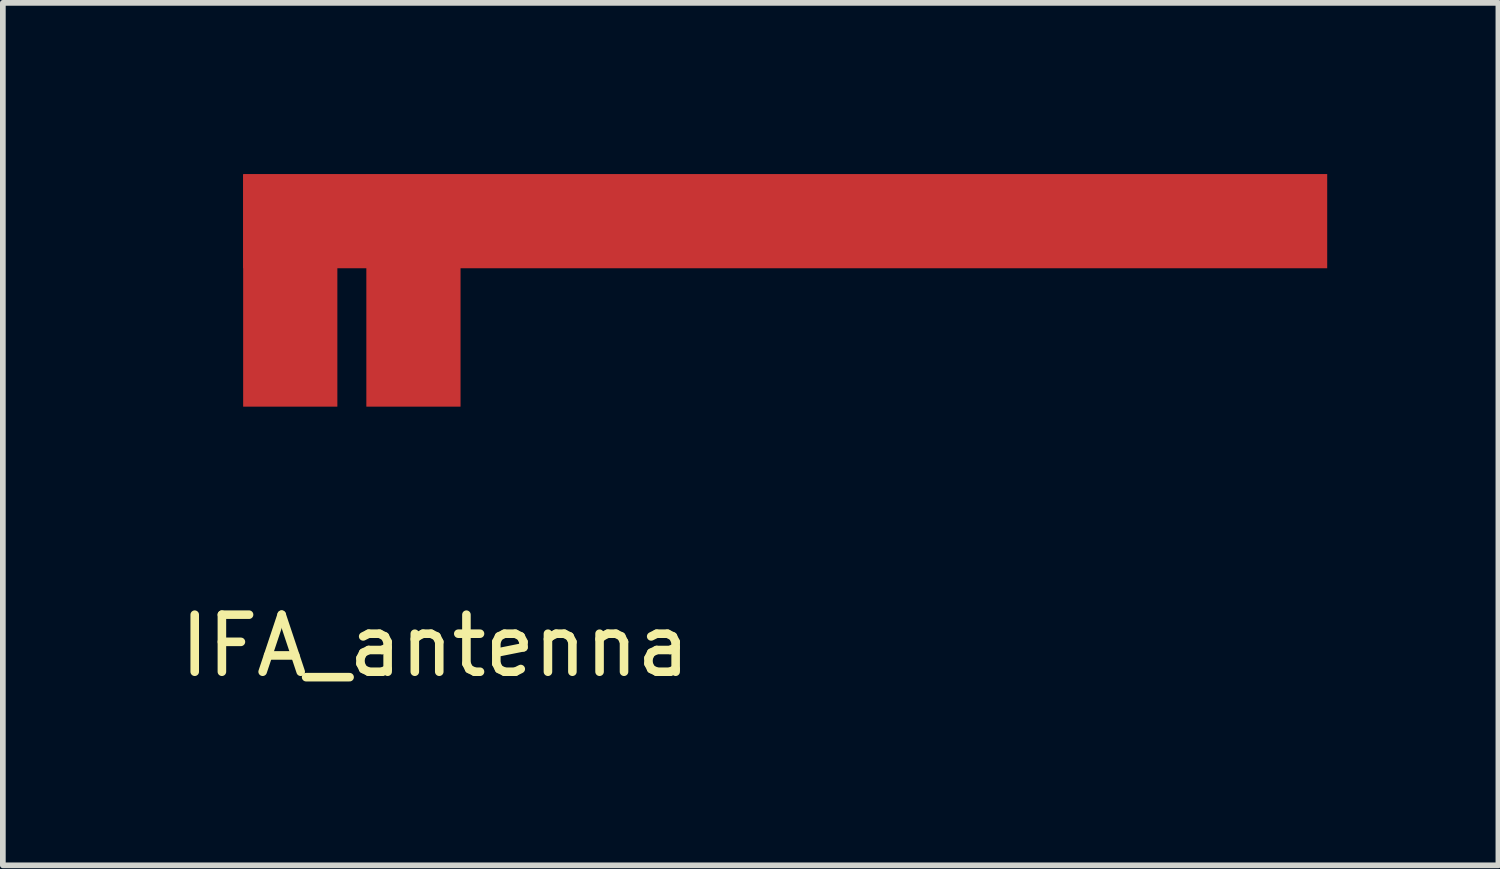
<source format=kicad_pcb>
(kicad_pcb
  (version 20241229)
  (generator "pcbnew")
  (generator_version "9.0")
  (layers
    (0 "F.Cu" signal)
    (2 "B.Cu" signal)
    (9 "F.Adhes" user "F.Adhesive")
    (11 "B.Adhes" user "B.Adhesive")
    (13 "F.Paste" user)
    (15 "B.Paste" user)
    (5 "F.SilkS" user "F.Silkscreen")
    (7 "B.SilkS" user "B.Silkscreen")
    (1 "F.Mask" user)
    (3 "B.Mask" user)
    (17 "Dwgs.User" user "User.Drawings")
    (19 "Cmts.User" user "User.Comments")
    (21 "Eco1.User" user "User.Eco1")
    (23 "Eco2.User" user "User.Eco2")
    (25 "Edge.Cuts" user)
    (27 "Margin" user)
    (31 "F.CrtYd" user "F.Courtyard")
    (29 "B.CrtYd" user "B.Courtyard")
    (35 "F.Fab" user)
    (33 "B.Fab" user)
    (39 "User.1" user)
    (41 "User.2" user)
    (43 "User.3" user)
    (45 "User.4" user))
  (footprint "IFA_antenna"
    (layer "F.Cu")
    (at 4.196 4.077)
    (property "Reference" "IFA_antenna" (at 0.381 4.191 0) (layer "F.SilkS") (effects (font (size 1 1) (thickness 0.15))))
    (attr through_hole)
    (pad "1" smd rect (at -2.159 -2.032) (size 1.651 4.064) (layers "F.Cu" "F.Mask" "F.Paste"))
    (pad "1" smd rect (at 0 -2.032) (size 1.651 4.064) (layers "F.Cu" "F.Mask" "F.Paste"))
    (pad "1" smd rect (at 6.515 -3.251) (size 18.999 1.651) (layers "F.Cu" "F.Mask" "F.Paste")))
  (gr_rect
    (start -3 -3)
    (end 23.211 12.116)
    (stroke (width 0.1) (type default))
    (fill no)
    (layer "Edge.Cuts")))
</source>
